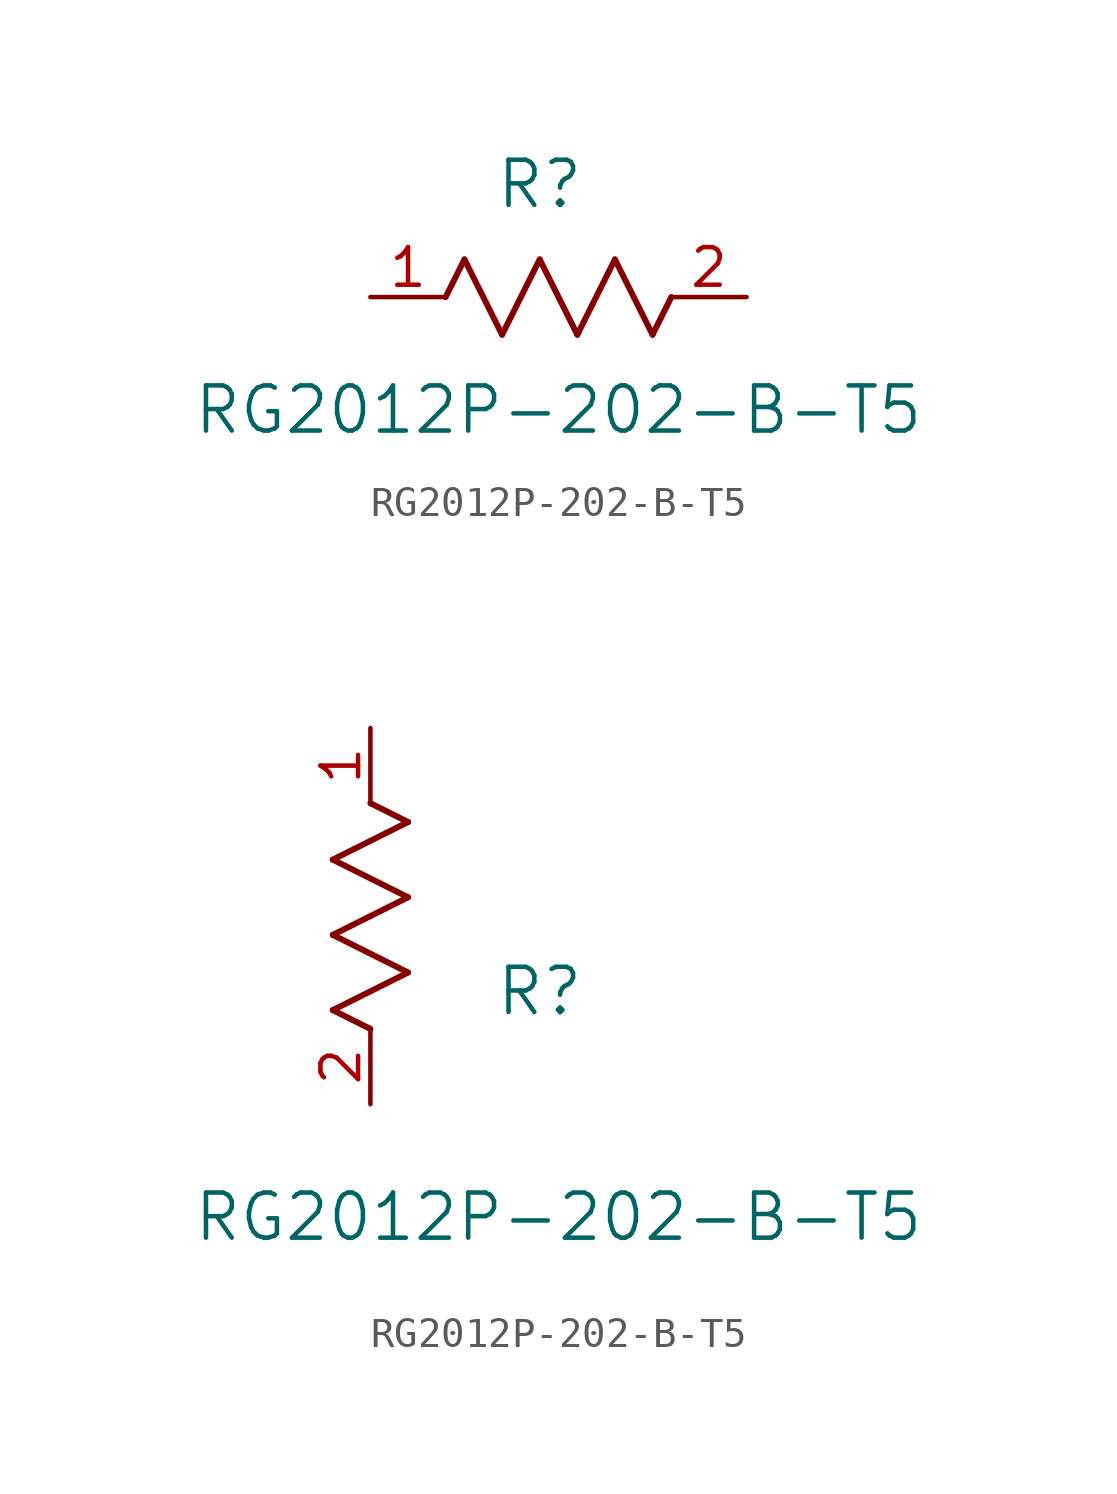
<source format=kicad_sym>
(kicad_symbol_lib
  (version 20211014)
  (generator kicad_symbol_editor)
  (symbol "RG2012P-202-B-T5"
    (pin_names
      (offset 0.254))
    (property "Reference" "R"
      (at 5.715 3.81 0)
      (effects (font (size 1.524 1.524))))
    (property "Value" "RG2012P-202-B-T5"
      (at 6.35 -3.81 0)
      (effects (font (size 1.524 1.524))))
    (symbol "RG2012P-202-B-T5_1_1"
      (polyline (pts (xy 3.175 1.27) (xy 4.445 -1.27)) (stroke (width 0.203) (type default) (color 0 0 0 0)) (fill (type none)))
      (polyline (pts (xy 4.445 -1.27) (xy 5.715 1.27)) (stroke (width 0.203) (type default) (color 0 0 0 0)) (fill (type none)))
      (polyline (pts (xy 5.715 1.27) (xy 6.985 -1.27)) (stroke (width 0.203) (type default) (color 0 0 0 0)) (fill (type none)))
      (polyline (pts (xy 6.985 -1.27) (xy 8.255 1.27)) (stroke (width 0.203) (type default) (color 0 0 0 0)) (fill (type none)))
      (polyline (pts (xy 8.255 1.27) (xy 9.525 -1.27)) (stroke (width 0.203) (type default) (color 0 0 0 0)) (fill (type none)))
      (polyline (pts (xy 2.54 0) (xy 3.175 1.27)) (stroke (width 0.203) (type default) (color 0 0 0 0)) (fill (type none)))
      (polyline (pts (xy 9.525 -1.27) (xy 10.16 0)) (stroke (width 0.203) (type default) (color 0 0 0 0)) (fill (type none)))
      (pin unspecified line (at 0 0 0) (length 2.54) (name "" (effects (font (size 1.27 1.27)))) (number "1" (effects (font (size 1.27 1.27)))))
      (pin unspecified line (at 12.7 0 180) (length 2.54) (name "" (effects (font (size 1.27 1.27)))) (number "2" (effects (font (size 1.27 1.27))))))
    (symbol "RG2012P-202-B-T5_1_2"
      (polyline (pts (xy 0 2.54) (xy -1.27 3.175)) (stroke (width 0.203) (type default) (color 0 0 0 0)) (fill (type none)))
      (polyline (pts (xy -1.27 3.175) (xy 1.27 4.445)) (stroke (width 0.203) (type default) (color 0 0 0 0)) (fill (type none)))
      (polyline (pts (xy 1.27 4.445) (xy -1.27 5.715)) (stroke (width 0.203) (type default) (color 0 0 0 0)) (fill (type none)))
      (polyline (pts (xy -1.27 5.715) (xy 1.27 6.985)) (stroke (width 0.203) (type default) (color 0 0 0 0)) (fill (type none)))
      (polyline (pts (xy -1.27 8.255) (xy 1.27 9.525)) (stroke (width 0.203) (type default) (color 0 0 0 0)) (fill (type none)))
      (polyline (pts (xy 1.27 9.525) (xy 0 10.16)) (stroke (width 0.203) (type default) (color 0 0 0 0)) (fill (type none)))
      (polyline (pts (xy 1.27 6.985) (xy -1.27 8.255)) (stroke (width 0.203) (type default) (color 0 0 0 0)) (fill (type none)))
      (pin unspecified line (at 0 12.7 270) (length 2.54) (name "" (effects (font (size 1.27 1.27)))) (number "1" (effects (font (size 1.27 1.27)))))
      (pin unspecified line (at 0 0 90) (length 2.54) (name "" (effects (font (size 1.27 1.27)))) (number "2" (effects (font (size 1.27 1.27))))))))
</source>
